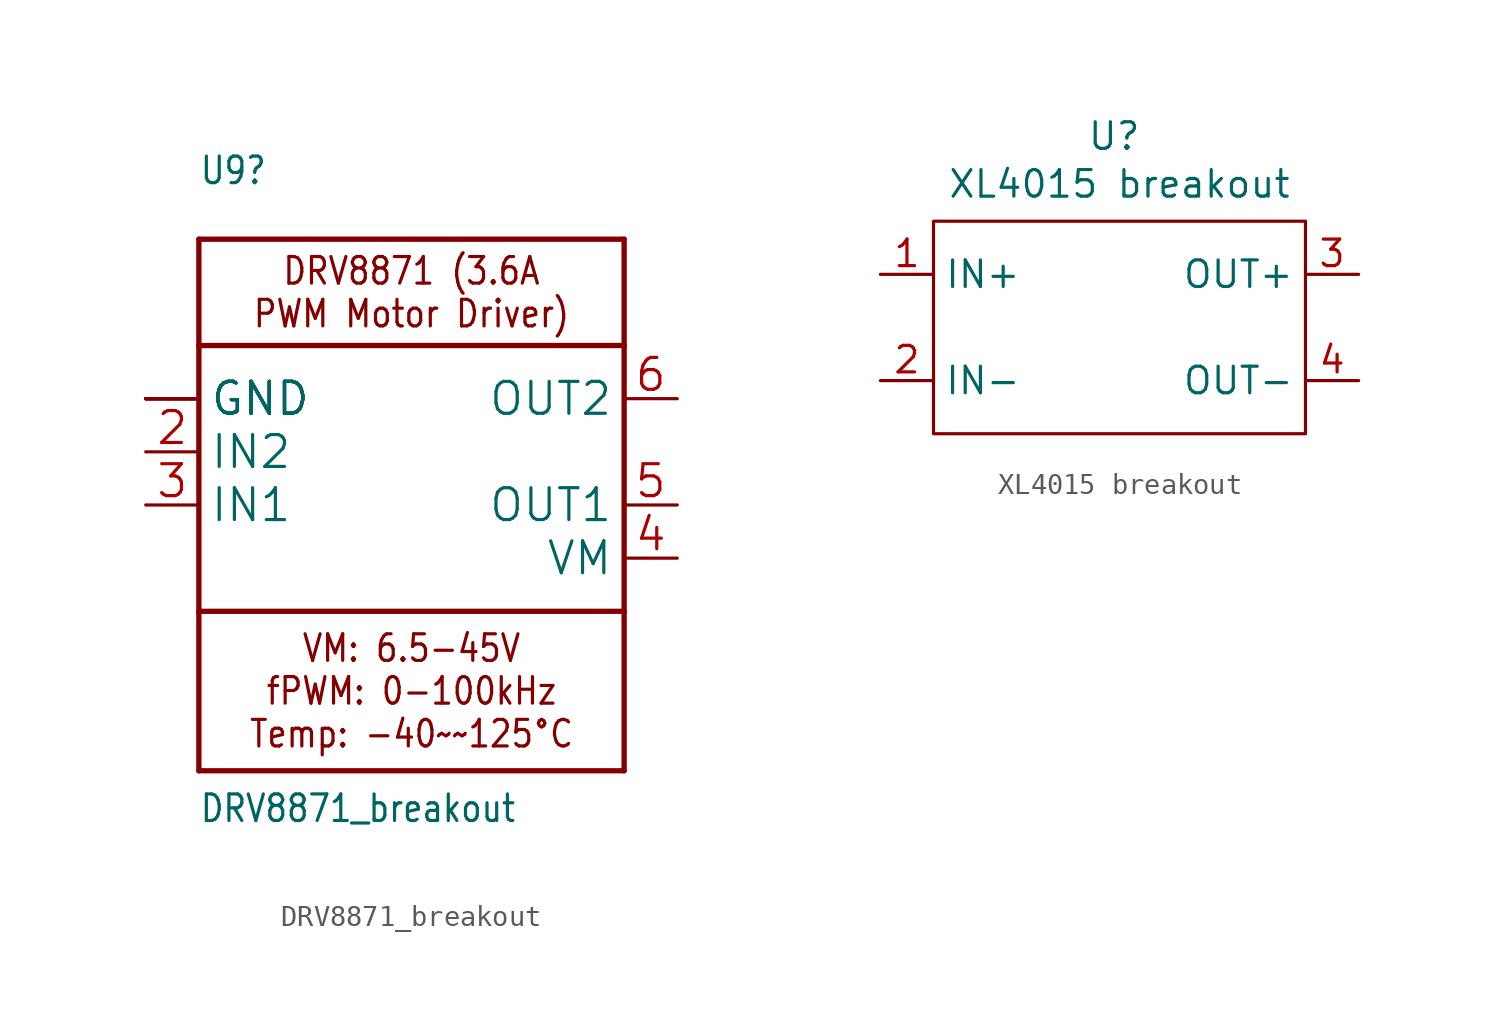
<source format=kicad_sym>
(kicad_symbol_lib
  (version 20241209)
  (generator "kicad_symbol_editor")
  (generator_version "9.0")
  (symbol "DRV8871_breakout"
    (property "Reference" "U9"
      (at -10.16 15.24 0)
      (effects (font (size 1.27 1.079)) (justify left bottom)))
    (property "Value" "DRV8871_breakout"
      (at -10.16 -15.24 0)
      (effects (font (size 1.27 1.079)) (justify left bottom)))
    (property "ki_locked" ""
      (at 0 0 0)
      (effects (font (size 1.27 1.27))))
    (symbol "DRV8871_breakout_1_0"
      (polyline (pts (xy -10.16 12.7) (xy 10.16 12.7)) (stroke (width 0.254) (type solid)) (fill (type none)))
      (polyline (pts (xy -10.16 7.62) (xy -10.16 12.7)) (stroke (width 0.254) (type solid)) (fill (type none)))
      (polyline (pts (xy -10.16 7.62) (xy 10.16 7.62)) (stroke (width 0.254) (type solid)) (fill (type none)))
      (polyline (pts (xy -10.16 -5.08) (xy -10.16 7.62)) (stroke (width 0.254) (type solid)) (fill (type none)))
      (polyline (pts (xy -10.16 -5.08) (xy -10.16 -12.7)) (stroke (width 0.254) (type solid)) (fill (type none)))
      (polyline (pts (xy -10.16 -12.7) (xy 10.16 -12.7)) (stroke (width 0.254) (type solid)) (fill (type none)))
      (polyline (pts (xy 10.16 12.7) (xy 10.16 7.62)) (stroke (width 0.254) (type solid)) (fill (type none)))
      (polyline (pts (xy 10.16 7.62) (xy 10.16 -5.08)) (stroke (width 0.254) (type solid)) (fill (type none)))
      (polyline (pts (xy 10.16 -5.08) (xy -10.16 -5.08)) (stroke (width 0.254) (type solid)) (fill (type none)))
      (polyline (pts (xy 10.16 -12.7) (xy 10.16 -5.08)) (stroke (width 0.254) (type solid)) (fill (type none)))
      (text "DRV8871 (3.6A\nPWM Motor Driver)" (at 0 10.16 0) (effects (font (size 1.27 1.079))))
      (text "VM: 6.5-45V\nfPWM: 0-100kHz\nTemp: -40~~125°C" (at 0 -8.89 0) (effects (font (size 1.27 1.079))))
      (pin power_in line (at -12.7 5.08 0) (length 2.54) (name "GND" (effects (font (size 1.524 1.524)))) (number "1" (effects (font (size 0 0)))))
      (pin power_in line (at -12.7 5.08 0) (length 2.54) (name "GND" (effects (font (size 1.524 1.524)))) (number "GND" (effects (font (size 0 0)))))
      (pin power_in line (at -12.7 5.08 0) (length 2.54) (name "GND" (effects (font (size 1.524 1.524)))) (number "P$1" (effects (font (size 0 0)))))
      (pin power_in line (at -12.7 5.08 0) (length 2.54) (name "GND" (effects (font (size 1.524 1.524)))) (number "P$2" (effects (font (size 0 0)))))
      (pin power_in line (at -12.7 5.08 0) (length 2.54) (name "GND" (effects (font (size 1.524 1.524)))) (number "P$3" (effects (font (size 0 0)))))
      (pin power_in line (at -12.7 5.08 0) (length 2.54) (name "GND" (effects (font (size 1.524 1.524)))) (number "P$4" (effects (font (size 0 0)))))
      (pin input line (at -12.7 2.54 0) (length 2.54) (name "IN2" (effects (font (size 1.524 1.524)))) (number "2" (effects (font (size 1.524 1.524)))))
      (pin input line (at -12.7 0 0) (length 2.54) (name "IN1" (effects (font (size 1.524 1.524)))) (number "3" (effects (font (size 1.524 1.524)))))
      (pin output line (at 12.7 5.08 180) (length 2.54) (name "OUT2" (effects (font (size 1.524 1.524)))) (number "6" (effects (font (size 1.524 1.524)))))
      (pin output line (at 12.7 0 180) (length 2.54) (name "OUT1" (effects (font (size 1.524 1.524)))) (number "5" (effects (font (size 1.524 1.524)))))
      (pin power_in line (at 12.7 -2.54 180) (length 2.54) (name "VM" (effects (font (size 1.524 1.524)))) (number "4" (effects (font (size 1.524 1.524)))))))
  (symbol "XL4015 breakout"
    (property "Reference" "U"
      (at 8.636 4.064 0)
      (effects (font (size 1.27 1.27))))
    (property "Value" "XL4015 breakout"
      (at 8.89 1.778 0)
      (effects (font (size 1.27 1.27))))
    (symbol "XL4015 breakout_0_1"
      (rectangle (start 0 0) (end 17.78 -10.16) (stroke (width 0) (type default)) (fill (type none))))
    (symbol "XL4015 breakout_1_1"
      (pin input line (at -2.54 -2.54 0) (length 2.54) (name "IN+" (effects (font (size 1.27 1.27)))) (number "1" (effects (font (size 1.27 1.27)))))
      (pin input line (at -2.54 -7.62 0) (length 2.54) (name "IN-" (effects (font (size 1.27 1.27)))) (number "2" (effects (font (size 1.27 1.27)))))
      (pin output line (at 20.32 -2.54 180) (length 2.54) (name "OUT+" (effects (font (size 1.27 1.27)))) (number "3" (effects (font (size 1.27 1.27)))))
      (pin output line (at 20.32 -7.62 180) (length 2.54) (name "OUT-" (effects (font (size 1.27 1.27)))) (number "4" (effects (font (size 1.27 1.27))))))))
</source>
